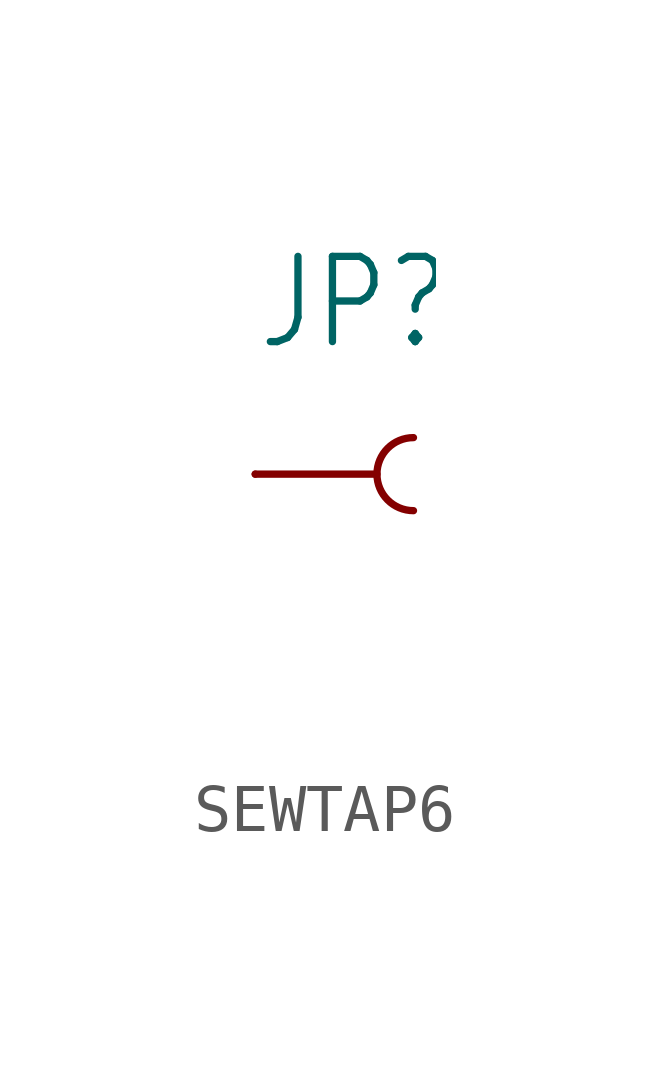
<source format=kicad_sym>
(kicad_symbol_lib
  (version 20220914)
  (generator kicad_symbol_editor)
  (symbol "SEWTAP6"
    (property "Reference" "JP"
      (at -2.54 2.54 0)
      (effects (font (size 1.778 1.511)) (justify left bottom)))
    (property "Value" ""
      (at -2.54 -5.08 0)
      (effects (font (size 1.778 1.511)) (justify left bottom)))
    (property "ki_locked" ""
      (at 0 0 0)
      (effects (font (size 1.27 1.27))))
    (symbol "SEWTAP6_1_0"
      (polyline (pts (xy 0 0) (xy -2.54 0)) (stroke (width 0.152) (type solid)) (fill (type none)))
      (arc (start 0.762 0.762) (mid 0 0) (end 0.762 -0.762) (stroke (width 0.1524) (type solid)) (fill (type none)))
      (pin bidirectional line (at -2.54 0 180) (length 0) (name "1" (effects (font (size 0 0)))) (number "1" (effects (font (size 0 0))))))))
</source>
